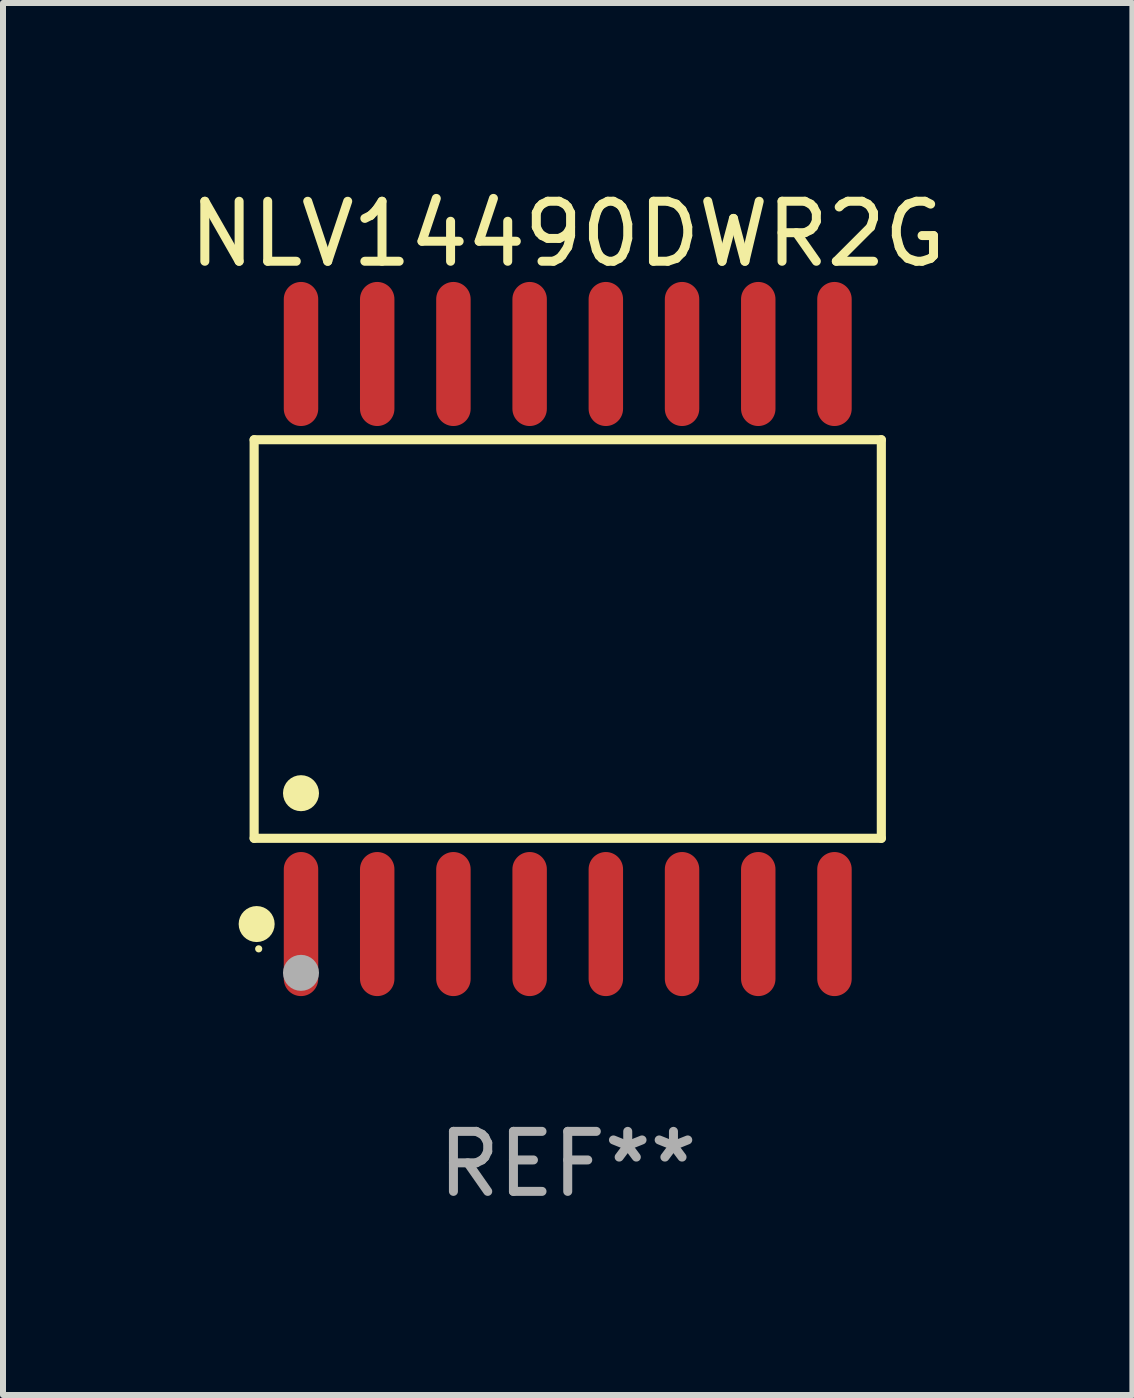
<source format=kicad_pcb>
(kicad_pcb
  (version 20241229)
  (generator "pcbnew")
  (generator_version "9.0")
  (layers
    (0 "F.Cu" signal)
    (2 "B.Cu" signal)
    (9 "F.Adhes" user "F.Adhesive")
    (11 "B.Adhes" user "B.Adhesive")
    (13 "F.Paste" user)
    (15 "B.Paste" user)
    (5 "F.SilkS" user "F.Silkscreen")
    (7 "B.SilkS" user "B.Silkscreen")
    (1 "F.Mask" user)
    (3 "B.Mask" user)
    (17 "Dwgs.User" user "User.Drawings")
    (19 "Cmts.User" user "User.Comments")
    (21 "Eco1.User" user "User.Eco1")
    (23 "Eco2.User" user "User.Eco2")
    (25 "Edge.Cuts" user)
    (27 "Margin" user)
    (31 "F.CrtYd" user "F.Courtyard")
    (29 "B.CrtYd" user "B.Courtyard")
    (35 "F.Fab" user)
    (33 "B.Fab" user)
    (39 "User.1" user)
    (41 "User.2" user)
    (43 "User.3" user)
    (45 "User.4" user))
  (footprint "NLV14490DWR2G"
    (layer "F.Cu")
    (at 6.411 7.599)
    (property "Reference" "NLV14490DWR2G" (at 0 -6.75 0) (layer "F.SilkS") (effects (font (size 1 1) (thickness 0.15))))
    (attr through_hole)
    (fp_line (start -5.226 -3.321) (end 5.226 -3.321) (stroke (width 0.152) (type solid)) (layer "F.SilkS"))
    (fp_line (start -5.226 3.321) (end -5.226 -3.321) (stroke (width 0.152) (type solid)) (layer "F.SilkS"))
    (fp_line (start 5.226 -3.321) (end 5.226 3.321) (stroke (width 0.152) (type solid)) (layer "F.SilkS"))
    (fp_line (start 5.226 3.321) (end -5.226 3.321) (stroke (width 0.152) (type solid)) (layer "F.SilkS"))
    (fp_circle (center -5.184 4.75) (end -5.034 4.75) (stroke (width 0.3) (type solid)) (fill no) (layer "F.SilkS"))
    (fp_circle (center -5.15 5.163) (end -5.12 5.163) (stroke (width 0.06) (type solid)) (fill no) (layer "F.SilkS"))
    (fp_circle (center -4.445 2.569) (end -4.295 2.569) (stroke (width 0.3) (type solid)) (fill no) (layer "F.SilkS"))
    (fp_circle (center -4.445 5.563) (end -4.295 5.563) (stroke (width 0.3) (type solid)) (fill no) (layer "F.Fab"))
    (fp_text user "REF**" (at 0 8.75 0) (layer "F.Fab") (effects (font (size 1 1) (thickness 0.15))))
    (pad "1" smd oval (at -4.445 4.75) (size 0.574 2.401) (layers "F.Cu" "F.Mask" "F.Paste"))
    (pad "2" smd oval (at -3.175 4.75) (size 0.574 2.401) (layers "F.Cu" "F.Mask" "F.Paste"))
    (pad "3" smd oval (at -1.905 4.75) (size 0.574 2.401) (layers "F.Cu" "F.Mask" "F.Paste"))
    (pad "4" smd oval (at -0.635 4.75) (size 0.574 2.401) (layers "F.Cu" "F.Mask" "F.Paste"))
    (pad "5" smd oval (at 0.635 4.75) (size 0.574 2.401) (layers "F.Cu" "F.Mask" "F.Paste"))
    (pad "6" smd oval (at 1.905 4.75) (size 0.574 2.401) (layers "F.Cu" "F.Mask" "F.Paste"))
    (pad "7" smd oval (at 3.175 4.75) (size 0.574 2.401) (layers "F.Cu" "F.Mask" "F.Paste"))
    (pad "8" smd oval (at 4.445 4.75) (size 0.574 2.401) (layers "F.Cu" "F.Mask" "F.Paste"))
    (pad "9" smd oval (at 4.445 -4.75) (size 0.574 2.401) (layers "F.Cu" "F.Mask" "F.Paste"))
    (pad "10" smd oval (at 3.175 -4.75) (size 0.574 2.401) (layers "F.Cu" "F.Mask" "F.Paste"))
    (pad "11" smd oval (at 1.905 -4.75) (size 0.574 2.401) (layers "F.Cu" "F.Mask" "F.Paste"))
    (pad "12" smd oval (at 0.635 -4.75) (size 0.574 2.401) (layers "F.Cu" "F.Mask" "F.Paste"))
    (pad "13" smd oval (at -0.635 -4.75) (size 0.574 2.401) (layers "F.Cu" "F.Mask" "F.Paste"))
    (pad "14" smd oval (at -1.905 -4.75) (size 0.574 2.401) (layers "F.Cu" "F.Mask" "F.Paste"))
    (pad "15" smd oval (at -3.175 -4.75) (size 0.574 2.401) (layers "F.Cu" "F.Mask" "F.Paste"))
    (pad "16" smd oval (at -4.445 -4.75) (size 0.574 2.401) (layers "F.Cu" "F.Mask" "F.Paste")))
  (gr_rect
    (start -3 -3)
    (end 15.821 20.197)
    (stroke (width 0.1) (type default))
    (fill no)
    (layer "Edge.Cuts")))
</source>
